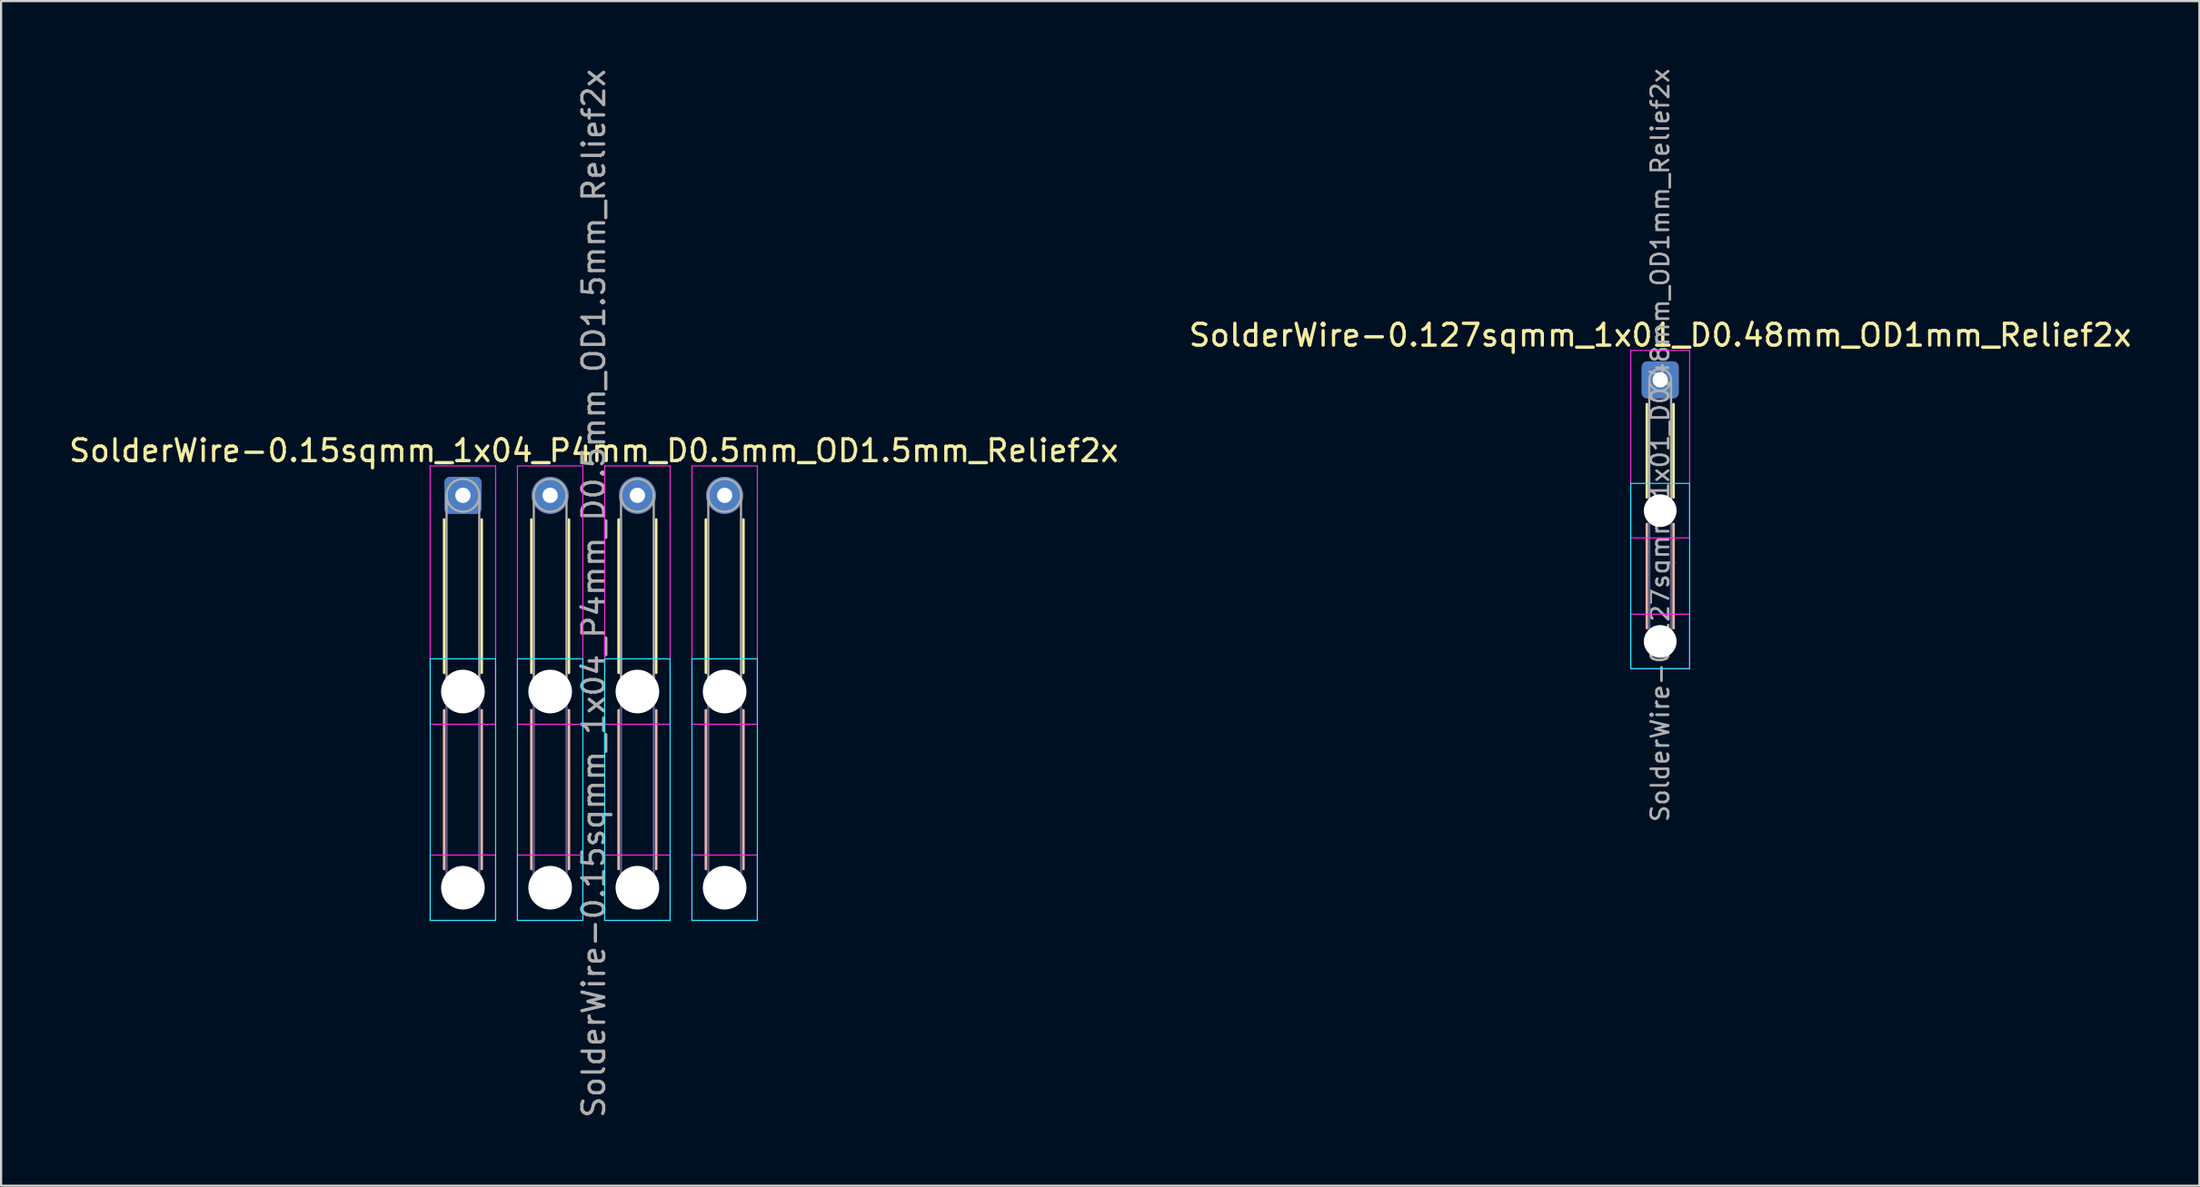
<source format=kicad_pcb>
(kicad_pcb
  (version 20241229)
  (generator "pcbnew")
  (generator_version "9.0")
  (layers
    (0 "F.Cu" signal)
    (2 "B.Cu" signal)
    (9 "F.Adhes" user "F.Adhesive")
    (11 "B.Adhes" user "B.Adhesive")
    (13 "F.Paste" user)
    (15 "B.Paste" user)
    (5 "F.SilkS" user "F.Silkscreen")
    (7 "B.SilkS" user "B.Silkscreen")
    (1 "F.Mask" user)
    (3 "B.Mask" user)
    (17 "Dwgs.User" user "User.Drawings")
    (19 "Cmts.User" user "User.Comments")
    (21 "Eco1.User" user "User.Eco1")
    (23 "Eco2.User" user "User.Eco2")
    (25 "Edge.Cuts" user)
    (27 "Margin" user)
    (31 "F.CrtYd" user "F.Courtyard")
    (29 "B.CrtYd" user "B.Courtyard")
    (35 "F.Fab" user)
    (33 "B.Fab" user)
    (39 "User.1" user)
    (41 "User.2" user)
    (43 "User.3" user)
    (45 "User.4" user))
  (footprint "SolderWire-0.127sqmm_1x01_D0.48mm_OD1mm_Relief2x"
    (layer "F.Cu")
    (at 73.065 14.376)
    (property "Reference" "SolderWire-0.127sqmm_1x01_D0.48mm_OD1mm_Relief2x" (at 0 -2.05 0) (layer "F.SilkS") (effects (font (size 1 1) (thickness 0.15))))
    (attr exclude_from_pos_files exclude_from_bom)
    (fp_line (start -0.61 1.11) (end -0.61 5.39) (stroke (width 0.12) (type solid)) (layer "F.SilkS"))
    (fp_line (start 0.61 1.11) (end 0.61 5.39) (stroke (width 0.12) (type solid)) (layer "F.SilkS"))
    (fp_line (start -0.61 6.61) (end -0.61 11.39) (stroke (width 0.12) (type solid)) (layer "B.SilkS"))
    (fp_line (start 0.61 6.61) (end 0.61 11.39) (stroke (width 0.12) (type solid)) (layer "B.SilkS"))
    (fp_line (start -1.35 4.75) (end -1.35 13.25) (stroke (width 0.05) (type solid)) (layer "B.CrtYd"))
    (fp_line (start -1.35 13.25) (end 1.35 13.25) (stroke (width 0.05) (type solid)) (layer "B.CrtYd"))
    (fp_line (start 1.35 4.75) (end -1.35 4.75) (stroke (width 0.05) (type solid)) (layer "B.CrtYd"))
    (fp_line (start 1.35 13.25) (end 1.35 4.75) (stroke (width 0.05) (type solid)) (layer "B.CrtYd"))
    (fp_line (start -1.35 -1.35) (end -1.35 7.25) (stroke (width 0.05) (type solid)) (layer "F.CrtYd"))
    (fp_line (start -1.35 7.25) (end 1.35 7.25) (stroke (width 0.05) (type solid)) (layer "F.CrtYd"))
    (fp_line (start -1.35 10.75) (end -1.35 13.25) (stroke (width 0.05) (type solid)) (layer "F.CrtYd"))
    (fp_line (start -1.35 13.25) (end 1.35 13.25) (stroke (width 0.05) (type solid)) (layer "F.CrtYd"))
    (fp_line (start 1.35 -1.35) (end -1.35 -1.35) (stroke (width 0.05) (type solid)) (layer "F.CrtYd"))
    (fp_line (start 1.35 7.25) (end 1.35 -1.35) (stroke (width 0.05) (type solid)) (layer "F.CrtYd"))
    (fp_line (start 1.35 10.75) (end -1.35 10.75) (stroke (width 0.05) (type solid)) (layer "F.CrtYd"))
    (fp_line (start 1.35 13.25) (end 1.35 10.75) (stroke (width 0.05) (type solid)) (layer "F.CrtYd"))
    (fp_line (start -0.5 6) (end -0.5 12) (stroke (width 0.1) (type solid)) (layer "B.Fab"))
    (fp_line (start 0.5 6) (end 0.5 12) (stroke (width 0.1) (type solid)) (layer "B.Fab"))
    (fp_circle (center 0 6) (end 0.5 6) (stroke (width 0.1) (type solid)) (fill no) (layer "B.Fab"))
    (fp_circle (center 0 12) (end 0.5 12) (stroke (width 0.1) (type solid)) (fill no) (layer "B.Fab"))
    (fp_line (start -0.5 0) (end -0.5 6) (stroke (width 0.1) (type solid)) (layer "F.Fab"))
    (fp_line (start 0.5 0) (end 0.5 6) (stroke (width 0.1) (type solid)) (layer "F.Fab"))
    (fp_circle (center 0 0) (end 0.5 0) (stroke (width 0.1) (type solid)) (fill no) (layer "F.Fab"))
    (fp_circle (center 0 6) (end 0.5 6) (stroke (width 0.1) (type solid)) (fill no) (layer "F.Fab"))
    (fp_circle (center 0 12) (end 0.5 12) (stroke (width 0.1) (type solid)) (fill no) (layer "F.Fab"))
    (fp_text user "${REFERENCE}" (at 0 3 90) (layer "F.Fab") (effects (font (size 0.8 0.8) (thickness 0.12))))
    (pad "" np_thru_hole circle (at 0 6) (size 1.5 1.5) (drill 1.5) (layers "*.Cu" "*.Mask"))
    (pad "" np_thru_hole circle (at 0 12) (size 1.5 1.5) (drill 1.5) (layers "*.Cu" "*.Mask"))
    (pad "1" thru_hole roundrect (at 0 0) (size 1.7 1.7) (drill 0.7) (layers "*.Cu" "*.Mask") (roundrect_rratio 0.147)))
  (footprint "SolderWire-0.15sqmm_1x04_P4mm_D0.5mm_OD1.5mm_Relief2x"
    (layer "F.Cu")
    (at 18.173 19.673)
    (property "Reference" "SolderWire-0.15sqmm_1x04_P4mm_D0.5mm_OD1.5mm_Relief2x" (at 6 -2.05 0) (layer "F.SilkS") (effects (font (size 1 1) (thickness 0.15))))
    (attr exclude_from_pos_files exclude_from_bom)
    (fp_line (start -0.86 1.11) (end -0.86 8.14) (stroke (width 0.12) (type solid)) (layer "F.SilkS"))
    (fp_line (start 0.86 1.11) (end 0.86 8.14) (stroke (width 0.12) (type solid)) (layer "F.SilkS"))
    (fp_line (start 3.14 1.11) (end 3.14 8.14) (stroke (width 0.12) (type solid)) (layer "F.SilkS"))
    (fp_line (start 4.86 1.11) (end 4.86 8.14) (stroke (width 0.12) (type solid)) (layer "F.SilkS"))
    (fp_line (start 7.14 1.11) (end 7.14 8.14) (stroke (width 0.12) (type solid)) (layer "F.SilkS"))
    (fp_line (start 8.86 1.11) (end 8.86 8.14) (stroke (width 0.12) (type solid)) (layer "F.SilkS"))
    (fp_line (start 11.14 1.11) (end 11.14 8.14) (stroke (width 0.12) (type solid)) (layer "F.SilkS"))
    (fp_line (start 12.86 1.11) (end 12.86 8.14) (stroke (width 0.12) (type solid)) (layer "F.SilkS"))
    (fp_line (start -0.86 9.86) (end -0.86 17.14) (stroke (width 0.12) (type solid)) (layer "B.SilkS"))
    (fp_line (start 0.86 9.86) (end 0.86 17.14) (stroke (width 0.12) (type solid)) (layer "B.SilkS"))
    (fp_line (start 3.14 9.86) (end 3.14 17.14) (stroke (width 0.12) (type solid)) (layer "B.SilkS"))
    (fp_line (start 4.86 9.86) (end 4.86 17.14) (stroke (width 0.12) (type solid)) (layer "B.SilkS"))
    (fp_line (start 7.14 9.86) (end 7.14 17.14) (stroke (width 0.12) (type solid)) (layer "B.SilkS"))
    (fp_line (start 8.86 9.86) (end 8.86 17.14) (stroke (width 0.12) (type solid)) (layer "B.SilkS"))
    (fp_line (start 11.14 9.86) (end 11.14 17.14) (stroke (width 0.12) (type solid)) (layer "B.SilkS"))
    (fp_line (start 12.86 9.86) (end 12.86 17.14) (stroke (width 0.12) (type solid)) (layer "B.SilkS"))
    (fp_line (start -1.5 7.5) (end -1.5 19.5) (stroke (width 0.05) (type solid)) (layer "B.CrtYd"))
    (fp_line (start -1.5 19.5) (end 1.5 19.5) (stroke (width 0.05) (type solid)) (layer "B.CrtYd"))
    (fp_line (start 1.5 7.5) (end -1.5 7.5) (stroke (width 0.05) (type solid)) (layer "B.CrtYd"))
    (fp_line (start 1.5 19.5) (end 1.5 7.5) (stroke (width 0.05) (type solid)) (layer "B.CrtYd"))
    (fp_line (start 2.5 7.5) (end 2.5 19.5) (stroke (width 0.05) (type solid)) (layer "B.CrtYd"))
    (fp_line (start 2.5 19.5) (end 5.5 19.5) (stroke (width 0.05) (type solid)) (layer "B.CrtYd"))
    (fp_line (start 5.5 7.5) (end 2.5 7.5) (stroke (width 0.05) (type solid)) (layer "B.CrtYd"))
    (fp_line (start 5.5 19.5) (end 5.5 7.5) (stroke (width 0.05) (type solid)) (layer "B.CrtYd"))
    (fp_line (start 6.5 7.5) (end 6.5 19.5) (stroke (width 0.05) (type solid)) (layer "B.CrtYd"))
    (fp_line (start 6.5 19.5) (end 9.5 19.5) (stroke (width 0.05) (type solid)) (layer "B.CrtYd"))
    (fp_line (start 9.5 7.5) (end 6.5 7.5) (stroke (width 0.05) (type solid)) (layer "B.CrtYd"))
    (fp_line (start 9.5 19.5) (end 9.5 7.5) (stroke (width 0.05) (type solid)) (layer "B.CrtYd"))
    (fp_line (start 10.5 7.5) (end 10.5 19.5) (stroke (width 0.05) (type solid)) (layer "B.CrtYd"))
    (fp_line (start 10.5 19.5) (end 13.5 19.5) (stroke (width 0.05) (type solid)) (layer "B.CrtYd"))
    (fp_line (start 13.5 7.5) (end 10.5 7.5) (stroke (width 0.05) (type solid)) (layer "B.CrtYd"))
    (fp_line (start 13.5 19.5) (end 13.5 7.5) (stroke (width 0.05) (type solid)) (layer "B.CrtYd"))
    (fp_line (start -1.5 -1.35) (end -1.5 10.5) (stroke (width 0.05) (type solid)) (layer "F.CrtYd"))
    (fp_line (start -1.5 10.5) (end 1.5 10.5) (stroke (width 0.05) (type solid)) (layer "F.CrtYd"))
    (fp_line (start -1.5 16.5) (end -1.5 19.5) (stroke (width 0.05) (type solid)) (layer "F.CrtYd"))
    (fp_line (start -1.5 19.5) (end 1.5 19.5) (stroke (width 0.05) (type solid)) (layer "F.CrtYd"))
    (fp_line (start 1.5 -1.35) (end -1.5 -1.35) (stroke (width 0.05) (type solid)) (layer "F.CrtYd"))
    (fp_line (start 1.5 10.5) (end 1.5 -1.35) (stroke (width 0.05) (type solid)) (layer "F.CrtYd"))
    (fp_line (start 1.5 16.5) (end -1.5 16.5) (stroke (width 0.05) (type solid)) (layer "F.CrtYd"))
    (fp_line (start 1.5 19.5) (end 1.5 16.5) (stroke (width 0.05) (type solid)) (layer "F.CrtYd"))
    (fp_line (start 2.5 -1.35) (end 2.5 10.5) (stroke (width 0.05) (type solid)) (layer "F.CrtYd"))
    (fp_line (start 2.5 10.5) (end 5.5 10.5) (stroke (width 0.05) (type solid)) (layer "F.CrtYd"))
    (fp_line (start 2.5 16.5) (end 2.5 19.5) (stroke (width 0.05) (type solid)) (layer "F.CrtYd"))
    (fp_line (start 2.5 19.5) (end 5.5 19.5) (stroke (width 0.05) (type solid)) (layer "F.CrtYd"))
    (fp_line (start 5.5 -1.35) (end 2.5 -1.35) (stroke (width 0.05) (type solid)) (layer "F.CrtYd"))
    (fp_line (start 5.5 10.5) (end 5.5 -1.35) (stroke (width 0.05) (type solid)) (layer "F.CrtYd"))
    (fp_line (start 5.5 16.5) (end 2.5 16.5) (stroke (width 0.05) (type solid)) (layer "F.CrtYd"))
    (fp_line (start 5.5 19.5) (end 5.5 16.5) (stroke (width 0.05) (type solid)) (layer "F.CrtYd"))
    (fp_line (start 6.5 -1.35) (end 6.5 10.5) (stroke (width 0.05) (type solid)) (layer "F.CrtYd"))
    (fp_line (start 6.5 10.5) (end 9.5 10.5) (stroke (width 0.05) (type solid)) (layer "F.CrtYd"))
    (fp_line (start 6.5 16.5) (end 6.5 19.5) (stroke (width 0.05) (type solid)) (layer "F.CrtYd"))
    (fp_line (start 6.5 19.5) (end 9.5 19.5) (stroke (width 0.05) (type solid)) (layer "F.CrtYd"))
    (fp_line (start 9.5 -1.35) (end 6.5 -1.35) (stroke (width 0.05) (type solid)) (layer "F.CrtYd"))
    (fp_line (start 9.5 10.5) (end 9.5 -1.35) (stroke (width 0.05) (type solid)) (layer "F.CrtYd"))
    (fp_line (start 9.5 16.5) (end 6.5 16.5) (stroke (width 0.05) (type solid)) (layer "F.CrtYd"))
    (fp_line (start 9.5 19.5) (end 9.5 16.5) (stroke (width 0.05) (type solid)) (layer "F.CrtYd"))
    (fp_line (start 10.5 -1.35) (end 10.5 10.5) (stroke (width 0.05) (type solid)) (layer "F.CrtYd"))
    (fp_line (start 10.5 10.5) (end 13.5 10.5) (stroke (width 0.05) (type solid)) (layer "F.CrtYd"))
    (fp_line (start 10.5 16.5) (end 10.5 19.5) (stroke (width 0.05) (type solid)) (layer "F.CrtYd"))
    (fp_line (start 10.5 19.5) (end 13.5 19.5) (stroke (width 0.05) (type solid)) (layer "F.CrtYd"))
    (fp_line (start 13.5 -1.35) (end 10.5 -1.35) (stroke (width 0.05) (type solid)) (layer "F.CrtYd"))
    (fp_line (start 13.5 10.5) (end 13.5 -1.35) (stroke (width 0.05) (type solid)) (layer "F.CrtYd"))
    (fp_line (start 13.5 16.5) (end 10.5 16.5) (stroke (width 0.05) (type solid)) (layer "F.CrtYd"))
    (fp_line (start 13.5 19.5) (end 13.5 16.5) (stroke (width 0.05) (type solid)) (layer "F.CrtYd"))
    (fp_line (start -0.75 9) (end -0.75 18) (stroke (width 0.1) (type solid)) (layer "B.Fab"))
    (fp_line (start 0.75 9) (end 0.75 18) (stroke (width 0.1) (type solid)) (layer "B.Fab"))
    (fp_line (start 3.25 9) (end 3.25 18) (stroke (width 0.1) (type solid)) (layer "B.Fab"))
    (fp_line (start 4.75 9) (end 4.75 18) (stroke (width 0.1) (type solid)) (layer "B.Fab"))
    (fp_line (start 7.25 9) (end 7.25 18) (stroke (width 0.1) (type solid)) (layer "B.Fab"))
    (fp_line (start 8.75 9) (end 8.75 18) (stroke (width 0.1) (type solid)) (layer "B.Fab"))
    (fp_line (start 11.25 9) (end 11.25 18) (stroke (width 0.1) (type solid)) (layer "B.Fab"))
    (fp_line (start 12.75 9) (end 12.75 18) (stroke (width 0.1) (type solid)) (layer "B.Fab"))
    (fp_circle (center 0 9) (end 0.75 9) (stroke (width 0.1) (type solid)) (fill no) (layer "B.Fab"))
    (fp_circle (center 0 18) (end 0.75 18) (stroke (width 0.1) (type solid)) (fill no) (layer "B.Fab"))
    (fp_circle (center 4 9) (end 4.75 9) (stroke (width 0.1) (type solid)) (fill no) (layer "B.Fab"))
    (fp_circle (center 4 18) (end 4.75 18) (stroke (width 0.1) (type solid)) (fill no) (layer "B.Fab"))
    (fp_circle (center 8 9) (end 8.75 9) (stroke (width 0.1) (type solid)) (fill no) (layer "B.Fab"))
    (fp_circle (center 8 18) (end 8.75 18) (stroke (width 0.1) (type solid)) (fill no) (layer "B.Fab"))
    (fp_circle (center 12 9) (end 12.75 9) (stroke (width 0.1) (type solid)) (fill no) (layer "B.Fab"))
    (fp_circle (center 12 18) (end 12.75 18) (stroke (width 0.1) (type solid)) (fill no) (layer "B.Fab"))
    (fp_line (start -0.75 0) (end -0.75 9) (stroke (width 0.1) (type solid)) (layer "F.Fab"))
    (fp_line (start 0.75 0) (end 0.75 9) (stroke (width 0.1) (type solid)) (layer "F.Fab"))
    (fp_line (start 3.25 0) (end 3.25 9) (stroke (width 0.1) (type solid)) (layer "F.Fab"))
    (fp_line (start 4.75 0) (end 4.75 9) (stroke (width 0.1) (type solid)) (layer "F.Fab"))
    (fp_line (start 7.25 0) (end 7.25 9) (stroke (width 0.1) (type solid)) (layer "F.Fab"))
    (fp_line (start 8.75 0) (end 8.75 9) (stroke (width 0.1) (type solid)) (layer "F.Fab"))
    (fp_line (start 11.25 0) (end 11.25 9) (stroke (width 0.1) (type solid)) (layer "F.Fab"))
    (fp_line (start 12.75 0) (end 12.75 9) (stroke (width 0.1) (type solid)) (layer "F.Fab"))
    (fp_circle (center 0 0) (end 0.75 0) (stroke (width 0.1) (type solid)) (fill no) (layer "F.Fab"))
    (fp_circle (center 0 9) (end 0.75 9) (stroke (width 0.1) (type solid)) (fill no) (layer "F.Fab"))
    (fp_circle (center 0 18) (end 0.75 18) (stroke (width 0.1) (type solid)) (fill no) (layer "F.Fab"))
    (fp_circle (center 4 0) (end 4.75 0) (stroke (width 0.1) (type solid)) (fill no) (layer "F.Fab"))
    (fp_circle (center 4 9) (end 4.75 9) (stroke (width 0.1) (type solid)) (fill no) (layer "F.Fab"))
    (fp_circle (center 4 18) (end 4.75 18) (stroke (width 0.1) (type solid)) (fill no) (layer "F.Fab"))
    (fp_circle (center 8 0) (end 8.75 0) (stroke (width 0.1) (type solid)) (fill no) (layer "F.Fab"))
    (fp_circle (center 8 9) (end 8.75 9) (stroke (width 0.1) (type solid)) (fill no) (layer "F.Fab"))
    (fp_circle (center 8 18) (end 8.75 18) (stroke (width 0.1) (type solid)) (fill no) (layer "F.Fab"))
    (fp_circle (center 12 0) (end 12.75 0) (stroke (width 0.1) (type solid)) (fill no) (layer "F.Fab"))
    (fp_circle (center 12 9) (end 12.75 9) (stroke (width 0.1) (type solid)) (fill no) (layer "F.Fab"))
    (fp_circle (center 12 18) (end 12.75 18) (stroke (width 0.1) (type solid)) (fill no) (layer "F.Fab"))
    (fp_text user "${REFERENCE}" (at 6 4.5 90) (layer "F.Fab") (effects (font (size 1 1) (thickness 0.15))))
    (pad "" np_thru_hole circle (at 0 9) (size 2 2) (drill 2) (layers "*.Cu" "*.Mask"))
    (pad "" np_thru_hole circle (at 0 18) (size 2 2) (drill 2) (layers "*.Cu" "*.Mask"))
    (pad "" np_thru_hole circle (at 4 9) (size 2 2) (drill 2) (layers "*.Cu" "*.Mask"))
    (pad "" np_thru_hole circle (at 4 18) (size 2 2) (drill 2) (layers "*.Cu" "*.Mask"))
    (pad "" np_thru_hole circle (at 8 9) (size 2 2) (drill 2) (layers "*.Cu" "*.Mask"))
    (pad "" np_thru_hole circle (at 8 18) (size 2 2) (drill 2) (layers "*.Cu" "*.Mask"))
    (pad "" np_thru_hole circle (at 12 9) (size 2 2) (drill 2) (layers "*.Cu" "*.Mask"))
    (pad "" np_thru_hole circle (at 12 18) (size 2 2) (drill 2) (layers "*.Cu" "*.Mask"))
    (pad "1" thru_hole roundrect (at 0 0) (size 1.7 1.7) (drill 0.7) (layers "*.Cu" "*.Mask") (roundrect_rratio 0.147))
    (pad "2" thru_hole circle (at 4 0) (size 1.7 1.7) (drill 0.7) (layers "*.Cu" "*.Mask"))
    (pad "3" thru_hole circle (at 8 0) (size 1.7 1.7) (drill 0.7) (layers "*.Cu" "*.Mask"))
    (pad "4" thru_hole circle (at 12 0) (size 1.7 1.7) (drill 0.7) (layers "*.Cu" "*.Mask")))
  (gr_rect
    (start -3 -3)
    (end 97.786 51.345)
    (stroke (width 0.1) (type default))
    (fill no)
    (layer "Edge.Cuts")))
</source>
